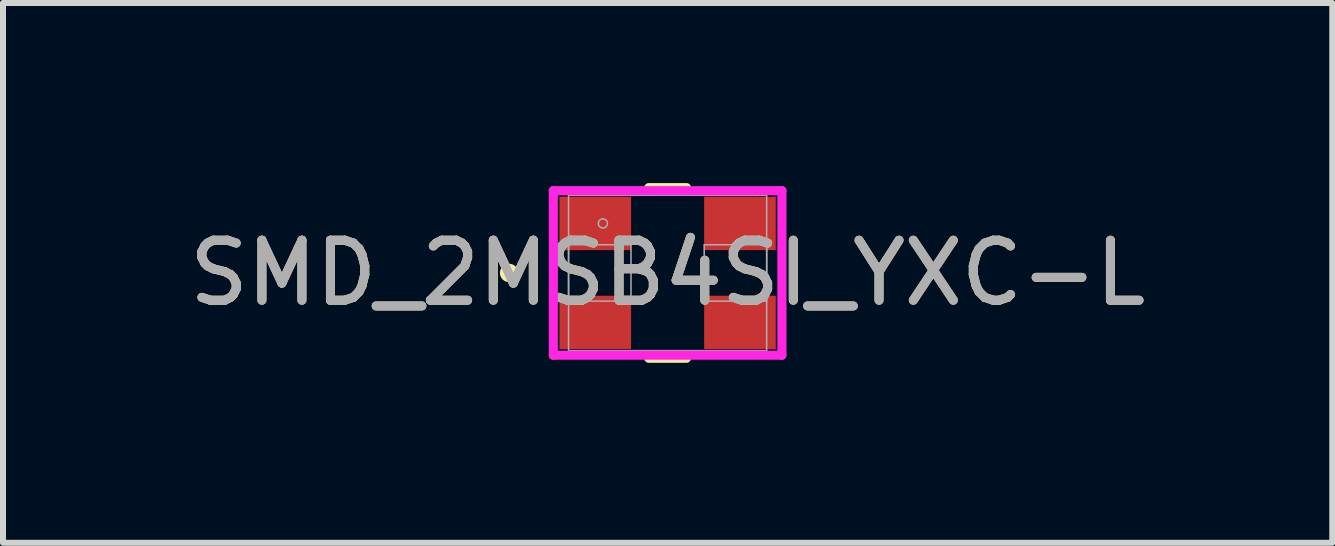
<source format=kicad_pcb>
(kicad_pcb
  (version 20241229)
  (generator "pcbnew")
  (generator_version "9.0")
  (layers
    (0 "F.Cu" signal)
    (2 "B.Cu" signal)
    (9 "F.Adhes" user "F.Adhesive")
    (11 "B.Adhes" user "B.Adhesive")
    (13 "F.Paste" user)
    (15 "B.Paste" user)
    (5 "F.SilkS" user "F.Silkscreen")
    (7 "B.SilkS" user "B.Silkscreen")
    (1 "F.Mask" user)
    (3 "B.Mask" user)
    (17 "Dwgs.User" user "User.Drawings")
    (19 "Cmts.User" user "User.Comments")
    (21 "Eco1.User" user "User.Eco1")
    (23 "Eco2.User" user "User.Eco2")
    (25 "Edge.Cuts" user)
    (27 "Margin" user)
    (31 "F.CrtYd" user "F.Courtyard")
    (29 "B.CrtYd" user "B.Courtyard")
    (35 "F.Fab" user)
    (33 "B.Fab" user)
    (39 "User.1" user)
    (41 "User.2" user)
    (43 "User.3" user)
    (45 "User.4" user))
  (footprint "SMD_2MSB4SI_YXC-L"
    (layer "F.Cu")
    (at 8.077 1.499)
    (property "Reference" "SMD_2MSB4SI_YXC-L" (at 0 0 0) (unlocked yes) (layer "F.SilkS") (effects (font (size 1 1) (thickness 0.15))))
    (attr smd)
    (fp_line (start -0.314 1.422) (end 0.314 1.422) (stroke (width 0.152) (type solid)) (layer "F.SilkS"))
    (fp_line (start 0.314 -1.422) (end -0.314 -1.422) (stroke (width 0.152) (type solid)) (layer "F.SilkS"))
    (fp_circle (center -2.642 0) (end -2.565 0) (stroke (width 0.152) (type solid)) (fill no) (layer "F.SilkS"))
    (fp_line (start -1.905 -1.371) (end 1.905 -1.371) (stroke (width 0.152) (type solid)) (layer "F.CrtYd"))
    (fp_line (start -1.905 1.371) (end -1.905 -1.371) (stroke (width 0.152) (type solid)) (layer "F.CrtYd"))
    (fp_line (start 1.905 -1.371) (end 1.905 1.371) (stroke (width 0.152) (type solid)) (layer "F.CrtYd"))
    (fp_line (start 1.905 1.371) (end -1.905 1.371) (stroke (width 0.152) (type solid)) (layer "F.CrtYd"))
    (fp_line (start -1.651 -1.295) (end -1.651 1.295) (stroke (width 0.025) (type solid)) (layer "F.Fab"))
    (fp_line (start -1.651 -0.47) (end -1.651 0.47) (stroke (width 0.025) (type solid)) (layer "F.Fab"))
    (fp_line (start -1.651 0.47) (end -0.61 0.47) (stroke (width 0.025) (type solid)) (layer "F.Fab"))
    (fp_line (start -1.651 1.295) (end 1.651 1.295) (stroke (width 0.025) (type solid)) (layer "F.Fab"))
    (fp_line (start -0.61 -0.47) (end -1.651 -0.47) (stroke (width 0.025) (type solid)) (layer "F.Fab"))
    (fp_line (start -0.61 0.47) (end -0.61 -0.47) (stroke (width 0.025) (type solid)) (layer "F.Fab"))
    (fp_line (start 0.61 -0.47) (end 0.61 0.47) (stroke (width 0.025) (type solid)) (layer "F.Fab"))
    (fp_line (start 0.61 0.47) (end 1.651 0.47) (stroke (width 0.025) (type solid)) (layer "F.Fab"))
    (fp_line (start 1.651 -1.295) (end -1.651 -1.295) (stroke (width 0.025) (type solid)) (layer "F.Fab"))
    (fp_line (start 1.651 -0.47) (end 0.61 -0.47) (stroke (width 0.025) (type solid)) (layer "F.Fab"))
    (fp_line (start 1.651 0.47) (end 1.651 -0.47) (stroke (width 0.025) (type solid)) (layer "F.Fab"))
    (fp_line (start 1.651 1.295) (end 1.651 -1.295) (stroke (width 0.025) (type solid)) (layer "F.Fab"))
    (fp_circle (center -1.079 -0.825) (end -1.003 -0.825) (stroke (width 0.025) (type solid)) (fill no) (layer "F.Fab"))
    (fp_text user "${REFERENCE}" (at 0 0 0) (unlocked yes) (layer "F.Fab") (effects (font (size 1 1) (thickness 0.15))))
    (pad "1" smd rect (at -1.206 0.825) (size 1.194 0.889) (layers "F.Cu" "F.Mask" "F.Paste"))
    (pad "2" smd rect (at 1.206 0.825) (size 1.194 0.889) (layers "F.Cu" "F.Mask" "F.Paste"))
    (pad "3" smd rect (at 1.206 -0.825) (size 1.194 0.889) (layers "F.Cu" "F.Mask" "F.Paste"))
    (pad "4" smd rect (at -1.206 -0.825) (size 1.194 0.889) (layers "F.Cu" "F.Mask" "F.Paste"))
    (zone (net_name "") (layer "F.Cu") (hatch full 0.508) (connect_pads) (min_thickness 0.254) (filled_areas_thickness no) (keepout (tracks not_allowed) (vias not_allowed) (pads allowed) (copperpour not_allowed) (footprints allowed)) (placement (enabled no)) (fill) (polygon (pts (xy 7.519 0.254) (xy 8.636 0.254) (xy 8.636 2.743) (xy 7.519 2.743)))))
  (gr_rect
    (start -3 -3)
    (end 19.155 5.997)
    (stroke (width 0.1) (type default))
    (fill no)
    (layer "Edge.Cuts")))
</source>
